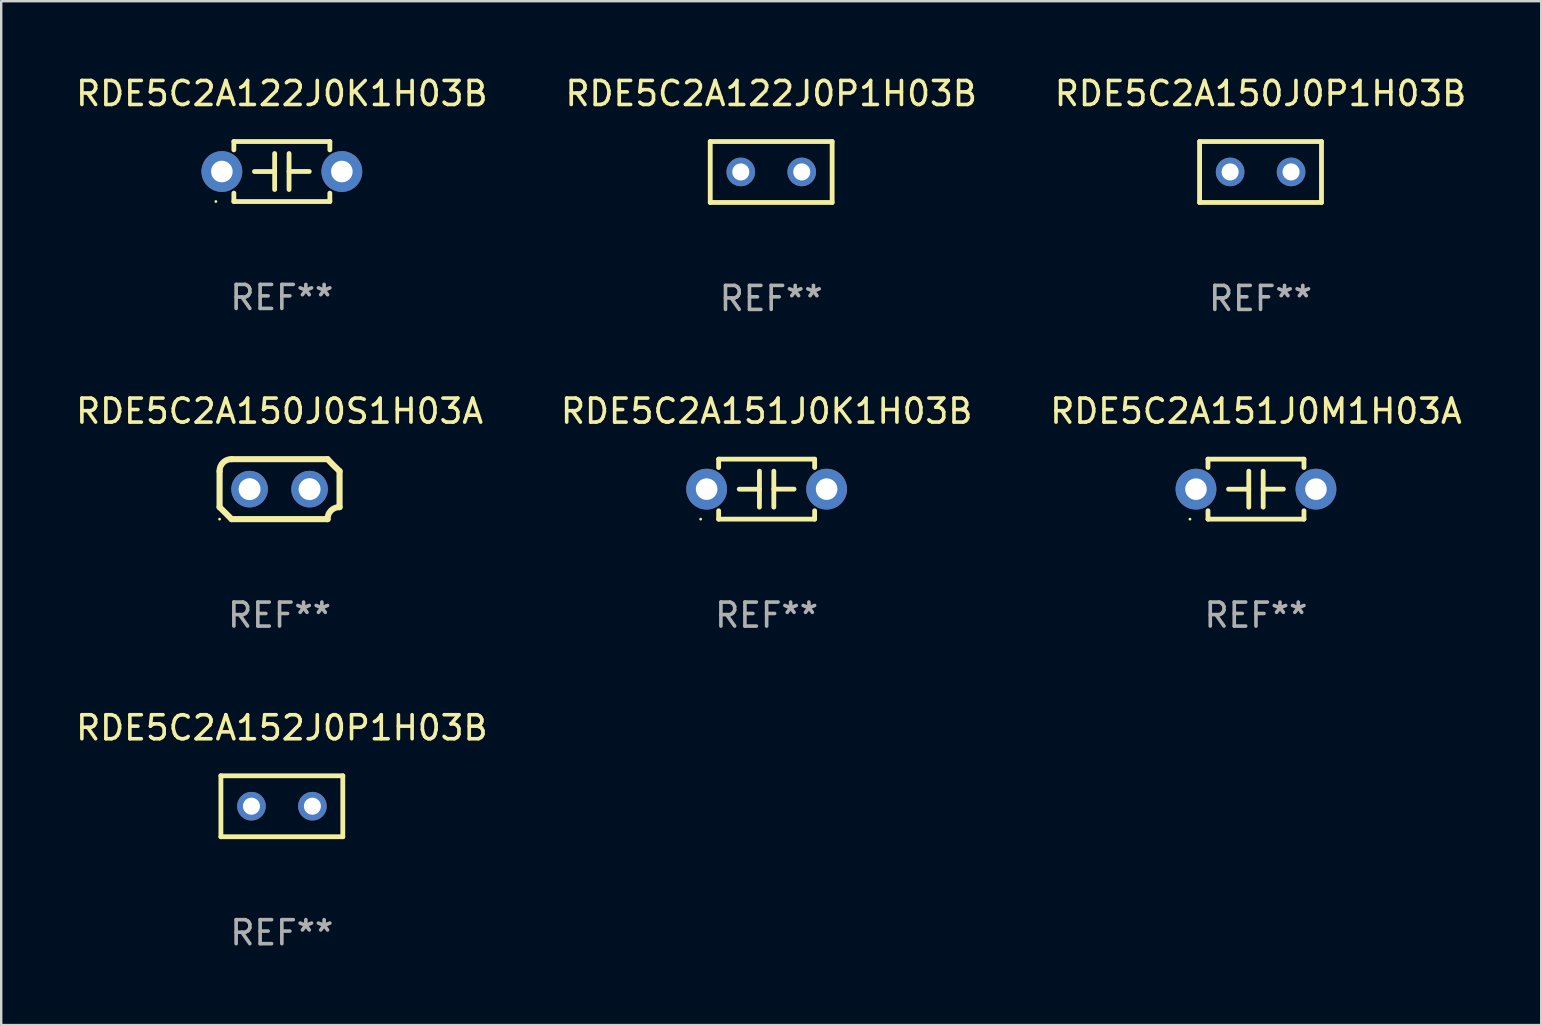
<source format=kicad_pcb>
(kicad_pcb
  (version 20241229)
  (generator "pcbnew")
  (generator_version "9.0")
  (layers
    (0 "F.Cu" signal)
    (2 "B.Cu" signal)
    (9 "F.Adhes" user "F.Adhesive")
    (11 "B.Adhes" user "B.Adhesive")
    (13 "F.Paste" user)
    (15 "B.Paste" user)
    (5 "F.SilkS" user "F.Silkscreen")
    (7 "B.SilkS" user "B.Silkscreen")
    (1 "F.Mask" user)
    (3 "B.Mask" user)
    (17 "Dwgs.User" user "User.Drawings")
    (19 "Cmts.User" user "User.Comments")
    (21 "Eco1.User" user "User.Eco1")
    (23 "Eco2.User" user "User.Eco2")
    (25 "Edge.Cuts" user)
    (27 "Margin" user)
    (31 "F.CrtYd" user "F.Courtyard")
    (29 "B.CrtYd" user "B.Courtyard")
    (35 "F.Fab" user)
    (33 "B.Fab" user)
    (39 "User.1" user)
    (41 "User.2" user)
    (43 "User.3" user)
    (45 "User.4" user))
  (footprint "RDE5C2A152J0P1H03B"
    (layer "F.Cu")
    (at 8.696 30.551)
    (property "Reference" "RDE5C2A152J0P1H03B" (at 0 -3.27 0) (layer "F.SilkS") (effects (font (size 1 1) (thickness 0.15))))
    (attr through_hole)
    (fp_line (start -2.54 -1.27) (end -2.54 1.27) (stroke (width 0.201) (type solid)) (layer "F.SilkS"))
    (fp_line (start -2.54 1.27) (end 2.54 1.27) (stroke (width 0.201) (type solid)) (layer "F.SilkS"))
    (fp_line (start 2.54 -1.27) (end -2.54 -1.27) (stroke (width 0.201) (type solid)) (layer "F.SilkS"))
    (fp_line (start 2.54 1.27) (end 2.54 -1.27) (stroke (width 0.201) (type solid)) (layer "F.SilkS"))
    (fp_circle (center -2.497 1.247) (end -2.467 1.247) (stroke (width 0.06) (type solid)) (fill no) (layer "F.SilkS"))
    (fp_text user "REF**" (at 0 5.27 0) (layer "F.Fab") (effects (font (size 1 1) (thickness 0.15))))
    (pad "1" thru_hole circle (at -1.267 -0.003) (size 1.194 1.194) (drill 0.711) (layers "*.Cu" "*.Mask"))
    (pad "2" thru_hole circle (at 1.273 -0.003) (size 1.194 1.194) (drill 0.711) (layers "*.Cu" "*.Mask")))
  (footprint "RDE5C2A150J0S1H03A"
    (layer "F.Cu")
    (at 8.601 17.335)
    (property "Reference" "RDE5C2A150J0S1H03A" (at 0 -3.25 0) (layer "F.SilkS") (effects (font (size 1 1) (thickness 0.15))))
    (attr through_hole)
    (fp_line (start -2.5 -0.75) (end -2.5 0.75) (stroke (width 0.254) (type solid)) (layer "F.SilkS"))
    (fp_line (start -2 -1.25) (end 2 -1.25) (stroke (width 0.254) (type solid)) (layer "F.SilkS"))
    (fp_line (start 2 1.25) (end -2 1.25) (stroke (width 0.254) (type solid)) (layer "F.SilkS"))
    (fp_line (start 2.5 0.75) (end 2.5 -0.75) (stroke (width 0.254) (type solid)) (layer "F.SilkS"))
    (fp_arc (start -2.5 0.749962) (mid -2.249559 0.999558) (end -1.99929 1.249325) (stroke (width 0.254001) (type solid)) (layer "F.SilkS"))
    (fp_arc (start -2.499366 -0.749302) (mid -2.356411 -1.106098) (end -2 -1.250013) (stroke (width 0.254001) (type solid)) (layer "F.SilkS"))
    (fp_arc (start 2 1.250013) (mid 2.142747 0.89301) (end 2.499364 0.749302) (stroke (width 0.254001) (type solid)) (layer "F.SilkS"))
    (fp_arc (start 2.5 -0.749962) (mid 2.245609 -0.995598) (end 1.999289 -1.249327) (stroke (width 0.254001) (type solid)) (layer "F.SilkS"))
    (fp_circle (center -2.5 1.25) (end -2.47 1.25) (stroke (width 0.06) (type solid)) (fill no) (layer "F.SilkS"))
    (fp_text user "REF**" (at 0 5.25 0) (layer "F.Fab") (effects (font (size 1 1) (thickness 0.15))))
    (pad "1" thru_hole circle (at -1.25 0) (size 1.524 1.524) (drill 0.914) (layers "*.Cu" "*.Mask"))
    (pad "2" thru_hole circle (at 1.25 0) (size 1.524 1.524) (drill 0.914) (layers "*.Cu" "*.Mask")))
  (footprint "RDE5C2A151J0K1H03B"
    (layer "F.Cu")
    (at 28.899 17.335)
    (property "Reference" "RDE5C2A151J0K1H03B" (at 0 -3.25 0) (layer "F.SilkS") (effects (font (size 1 1) (thickness 0.15))))
    (attr through_hole)
    (fp_line (start -2 -1.25) (end -2 -0.901) (stroke (width 0.2) (type solid)) (layer "F.SilkS"))
    (fp_line (start -2 -1.25) (end 2 -1.25) (stroke (width 0.2) (type solid)) (layer "F.SilkS"))
    (fp_line (start -2 0.901) (end -2 1.25) (stroke (width 0.2) (type solid)) (layer "F.SilkS"))
    (fp_line (start -0.3 -0.75) (end -0.3 0.75) (stroke (width 0.2) (type solid)) (layer "F.SilkS"))
    (fp_line (start -0.3 0.001) (end -1.143 0.001) (stroke (width 0.2) (type solid)) (layer "F.SilkS"))
    (fp_line (start 0.3 -0.001) (end 1.143 -0.001) (stroke (width 0.2) (type solid)) (layer "F.SilkS"))
    (fp_line (start 0.3 0.75) (end 0.3 -0.75) (stroke (width 0.2) (type solid)) (layer "F.SilkS"))
    (fp_line (start 2 -1.25) (end 2 -0.901) (stroke (width 0.2) (type solid)) (layer "F.SilkS"))
    (fp_line (start 2 0.901) (end 2 1.25) (stroke (width 0.2) (type solid)) (layer "F.SilkS"))
    (fp_line (start 2 1.25) (end -2 1.25) (stroke (width 0.2) (type solid)) (layer "F.SilkS"))
    (fp_circle (center -2.75 1.25) (end -2.72 1.25) (stroke (width 0.06) (type solid)) (fill no) (layer "F.SilkS"))
    (fp_text user "REF**" (at 0 5.25 0) (layer "F.Fab") (effects (font (size 1 1) (thickness 0.15))))
    (pad "1" thru_hole circle (at -2.5 0) (size 1.7 1.7) (drill 0.9) (layers "*.Cu" "*.Mask"))
    (pad "2" thru_hole circle (at 2.5 0) (size 1.7 1.7) (drill 0.9) (layers "*.Cu" "*.Mask")))
  (footprint "RDE5C2A150J0P1H03B"
    (layer "F.Cu")
    (at 49.482 4.118)
    (property "Reference" "RDE5C2A150J0P1H03B" (at 0 -3.27 0) (layer "F.SilkS") (effects (font (size 1 1) (thickness 0.15))))
    (attr through_hole)
    (fp_line (start -2.54 -1.27) (end -2.54 1.27) (stroke (width 0.201) (type solid)) (layer "F.SilkS"))
    (fp_line (start -2.54 1.27) (end 2.54 1.27) (stroke (width 0.201) (type solid)) (layer "F.SilkS"))
    (fp_line (start 2.54 -1.27) (end -2.54 -1.27) (stroke (width 0.201) (type solid)) (layer "F.SilkS"))
    (fp_line (start 2.54 1.27) (end 2.54 -1.27) (stroke (width 0.201) (type solid)) (layer "F.SilkS"))
    (fp_circle (center -2.497 1.247) (end -2.467 1.247) (stroke (width 0.06) (type solid)) (fill no) (layer "F.SilkS"))
    (fp_text user "REF**" (at 0 5.27 0) (layer "F.Fab") (effects (font (size 1 1) (thickness 0.15))))
    (pad "1" thru_hole circle (at -1.267 -0.003) (size 1.194 1.194) (drill 0.711) (layers "*.Cu" "*.Mask"))
    (pad "2" thru_hole circle (at 1.273 -0.003) (size 1.194 1.194) (drill 0.711) (layers "*.Cu" "*.Mask")))
  (footprint "RDE5C2A151J0M1H03A"
    (layer "F.Cu")
    (at 49.292 17.335)
    (property "Reference" "RDE5C2A151J0M1H03A" (at 0 -3.25 0) (layer "F.SilkS") (effects (font (size 1 1) (thickness 0.15))))
    (attr through_hole)
    (fp_line (start -2 -1.25) (end -2 -0.901) (stroke (width 0.2) (type solid)) (layer "F.SilkS"))
    (fp_line (start -2 -1.25) (end 2 -1.25) (stroke (width 0.2) (type solid)) (layer "F.SilkS"))
    (fp_line (start -2 0.901) (end -2 1.25) (stroke (width 0.2) (type solid)) (layer "F.SilkS"))
    (fp_line (start -0.3 -0.75) (end -0.3 0.75) (stroke (width 0.2) (type solid)) (layer "F.SilkS"))
    (fp_line (start -0.3 0.001) (end -1.143 0.001) (stroke (width 0.2) (type solid)) (layer "F.SilkS"))
    (fp_line (start 0.3 -0.001) (end 1.143 -0.001) (stroke (width 0.2) (type solid)) (layer "F.SilkS"))
    (fp_line (start 0.3 0.75) (end 0.3 -0.75) (stroke (width 0.2) (type solid)) (layer "F.SilkS"))
    (fp_line (start 2 -1.25) (end 2 -0.901) (stroke (width 0.2) (type solid)) (layer "F.SilkS"))
    (fp_line (start 2 0.901) (end 2 1.25) (stroke (width 0.2) (type solid)) (layer "F.SilkS"))
    (fp_line (start 2 1.25) (end -2 1.25) (stroke (width 0.2) (type solid)) (layer "F.SilkS"))
    (fp_circle (center -2.75 1.25) (end -2.72 1.25) (stroke (width 0.06) (type solid)) (fill no) (layer "F.SilkS"))
    (fp_text user "REF**" (at 0 5.25 0) (layer "F.Fab") (effects (font (size 1 1) (thickness 0.15))))
    (pad "1" thru_hole circle (at -2.5 0) (size 1.7 1.7) (drill 0.9) (layers "*.Cu" "*.Mask"))
    (pad "2" thru_hole circle (at 2.5 0) (size 1.7 1.7) (drill 0.9) (layers "*.Cu" "*.Mask")))
  (footprint "RDE5C2A122J0P1H03B"
    (layer "F.Cu")
    (at 29.089 4.118)
    (property "Reference" "RDE5C2A122J0P1H03B" (at 0 -3.27 0) (layer "F.SilkS") (effects (font (size 1 1) (thickness 0.15))))
    (attr through_hole)
    (fp_line (start -2.54 -1.27) (end -2.54 1.27) (stroke (width 0.201) (type solid)) (layer "F.SilkS"))
    (fp_line (start -2.54 1.27) (end 2.54 1.27) (stroke (width 0.201) (type solid)) (layer "F.SilkS"))
    (fp_line (start 2.54 -1.27) (end -2.54 -1.27) (stroke (width 0.201) (type solid)) (layer "F.SilkS"))
    (fp_line (start 2.54 1.27) (end 2.54 -1.27) (stroke (width 0.201) (type solid)) (layer "F.SilkS"))
    (fp_circle (center -2.497 1.247) (end -2.467 1.247) (stroke (width 0.06) (type solid)) (fill no) (layer "F.SilkS"))
    (fp_text user "REF**" (at 0 5.27 0) (layer "F.Fab") (effects (font (size 1 1) (thickness 0.15))))
    (pad "1" thru_hole circle (at -1.267 -0.003) (size 1.194 1.194) (drill 0.711) (layers "*.Cu" "*.Mask"))
    (pad "2" thru_hole circle (at 1.273 -0.003) (size 1.194 1.194) (drill 0.711) (layers "*.Cu" "*.Mask")))
  (footprint "RDE5C2A122J0K1H03B"
    (layer "F.Cu")
    (at 8.696 4.098)
    (property "Reference" "RDE5C2A122J0K1H03B" (at 0 -3.25 0) (layer "F.SilkS") (effects (font (size 1 1) (thickness 0.15))))
    (attr through_hole)
    (fp_line (start -2 -1.25) (end -2 -0.901) (stroke (width 0.2) (type solid)) (layer "F.SilkS"))
    (fp_line (start -2 -1.25) (end 2 -1.25) (stroke (width 0.2) (type solid)) (layer "F.SilkS"))
    (fp_line (start -2 0.901) (end -2 1.25) (stroke (width 0.2) (type solid)) (layer "F.SilkS"))
    (fp_line (start -0.3 -0.75) (end -0.3 0.75) (stroke (width 0.2) (type solid)) (layer "F.SilkS"))
    (fp_line (start -0.3 0.001) (end -1.143 0.001) (stroke (width 0.2) (type solid)) (layer "F.SilkS"))
    (fp_line (start 0.3 -0.001) (end 1.143 -0.001) (stroke (width 0.2) (type solid)) (layer "F.SilkS"))
    (fp_line (start 0.3 0.75) (end 0.3 -0.75) (stroke (width 0.2) (type solid)) (layer "F.SilkS"))
    (fp_line (start 2 -1.25) (end 2 -0.901) (stroke (width 0.2) (type solid)) (layer "F.SilkS"))
    (fp_line (start 2 0.901) (end 2 1.25) (stroke (width 0.2) (type solid)) (layer "F.SilkS"))
    (fp_line (start 2 1.25) (end -2 1.25) (stroke (width 0.2) (type solid)) (layer "F.SilkS"))
    (fp_circle (center -2.75 1.25) (end -2.72 1.25) (stroke (width 0.06) (type solid)) (fill no) (layer "F.SilkS"))
    (fp_text user "REF**" (at 0 5.25 0) (layer "F.Fab") (effects (font (size 1 1) (thickness 0.15))))
    (pad "1" thru_hole circle (at -2.5 0) (size 1.7 1.7) (drill 0.9) (layers "*.Cu" "*.Mask"))
    (pad "2" thru_hole circle (at 2.5 0) (size 1.7 1.7) (drill 0.9) (layers "*.Cu" "*.Mask")))
  (gr_rect
    (start -3 -3)
    (end 61.179 39.67)
    (stroke (width 0.1) (type default))
    (fill no)
    (layer "Edge.Cuts")))
</source>
